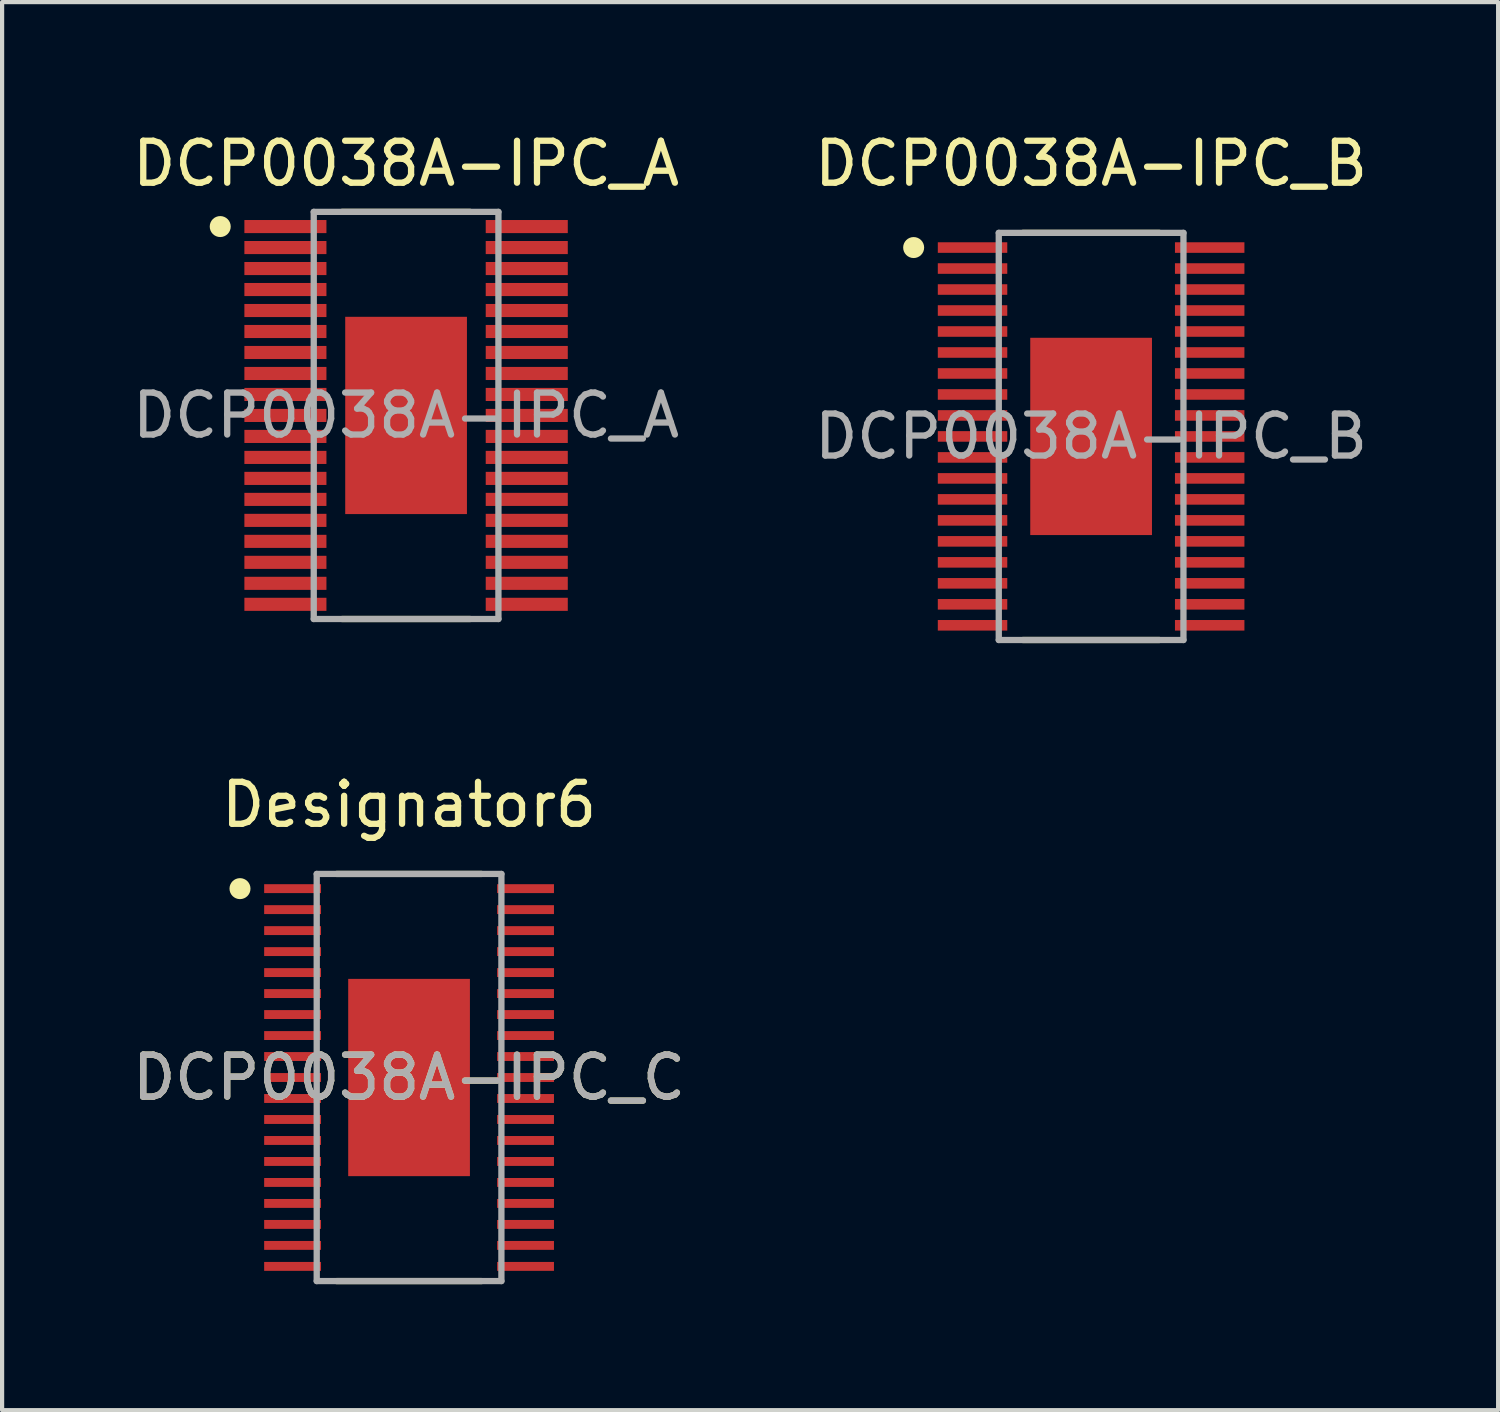
<source format=kicad_pcb>
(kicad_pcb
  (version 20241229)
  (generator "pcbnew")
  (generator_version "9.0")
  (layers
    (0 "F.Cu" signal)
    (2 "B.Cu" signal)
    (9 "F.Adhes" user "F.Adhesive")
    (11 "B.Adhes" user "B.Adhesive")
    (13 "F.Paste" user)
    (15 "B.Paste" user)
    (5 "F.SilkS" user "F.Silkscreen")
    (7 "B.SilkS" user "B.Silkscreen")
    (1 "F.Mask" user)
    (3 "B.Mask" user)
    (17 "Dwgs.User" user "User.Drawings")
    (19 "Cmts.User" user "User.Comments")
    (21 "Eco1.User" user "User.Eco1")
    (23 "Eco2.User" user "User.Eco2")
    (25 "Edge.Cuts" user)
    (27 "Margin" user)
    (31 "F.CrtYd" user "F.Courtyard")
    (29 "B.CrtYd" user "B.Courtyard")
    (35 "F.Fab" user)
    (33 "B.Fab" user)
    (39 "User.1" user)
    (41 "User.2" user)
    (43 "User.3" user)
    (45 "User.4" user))
  (footprint "DCP0038A-IPC_C"
    (layer "F.Cu")
    (at 6.696 22.622)
    (property "Reference" "DCP0038A-IPC_C" (at 0 0 0) (unlocked yes) (layer "F.SilkS") (effects (font (size 1 1) (thickness 0.15))))
    (attr smd)
    (fp_line (start -1.723 -4.85) (end 1.723 -4.85) (stroke (width 0.15) (type solid)) (layer "F.SilkS"))
    (fp_line (start -1.723 4.85) (end 1.723 4.85) (stroke (width 0.15) (type solid)) (layer "F.SilkS"))
    (fp_circle (center -4.028 -4.5) (end -3.903 -4.5) (stroke (width 0.25) (type solid)) (fill no) (layer "F.SilkS"))
    (fp_poly (pts (xy -0.969 -0.24) (xy 0.969 -0.24) (xy 0.969 -1.869) (xy -0.969 -1.869)) (stroke (width 0) (type solid)) (fill yes) (layer "F.Paste"))
    (fp_poly (pts (xy -0.969 1.869) (xy 0.969 1.869) (xy 0.969 0.24) (xy -0.969 0.24)) (stroke (width 0) (type solid)) (fill yes) (layer "F.Paste"))
    (fp_line (start -2.2 -4.85) (end 2.2 -4.85) (stroke (width 0.15) (type solid)) (layer "F.Fab"))
    (fp_line (start -2.2 4.85) (end -2.2 -4.85) (stroke (width 0.15) (type solid)) (layer "F.Fab"))
    (fp_line (start -2.2 4.85) (end 2.2 4.85) (stroke (width 0.15) (type solid)) (layer "F.Fab"))
    (fp_line (start 2.2 4.85) (end 2.2 -4.85) (stroke (width 0.15) (type solid)) (layer "F.Fab"))
    (fp_text user "Designator6" (at 0 -6.5 0) (unlocked yes) (layer "F.SilkS") (effects (font (size 1 1) (thickness 0.15))))
    (fp_text user "${REFERENCE}" (at 0 0 0) (unlocked yes) (layer "F.Fab") (effects (font (size 1 1) (thickness 0.15))))
    (pad "1" smd rect (at -2.775 -4.5) (size 1.355 0.212) (layers "F.Cu" "F.Mask" "F.Paste"))
    (pad "2" smd rect (at -2.775 -4) (size 1.355 0.212) (layers "F.Cu" "F.Mask" "F.Paste"))
    (pad "3" smd rect (at -2.775 -3.5) (size 1.355 0.212) (layers "F.Cu" "F.Mask" "F.Paste"))
    (pad "4" smd rect (at -2.775 -3) (size 1.355 0.212) (layers "F.Cu" "F.Mask" "F.Paste"))
    (pad "5" smd rect (at -2.775 -2.5) (size 1.355 0.212) (layers "F.Cu" "F.Mask" "F.Paste"))
    (pad "6" smd rect (at -2.775 -2) (size 1.355 0.212) (layers "F.Cu" "F.Mask" "F.Paste"))
    (pad "7" smd rect (at -2.775 -1.5) (size 1.355 0.212) (layers "F.Cu" "F.Mask" "F.Paste"))
    (pad "8" smd rect (at -2.775 -1) (size 1.355 0.212) (layers "F.Cu" "F.Mask" "F.Paste"))
    (pad "9" smd rect (at -2.775 -0.5) (size 1.355 0.212) (layers "F.Cu" "F.Mask" "F.Paste"))
    (pad "10" smd rect (at -2.775 0) (size 1.355 0.212) (layers "F.Cu" "F.Mask" "F.Paste"))
    (pad "11" smd rect (at -2.775 0.5) (size 1.355 0.212) (layers "F.Cu" "F.Mask" "F.Paste"))
    (pad "12" smd rect (at -2.775 1) (size 1.355 0.212) (layers "F.Cu" "F.Mask" "F.Paste"))
    (pad "13" smd rect (at -2.775 1.5) (size 1.355 0.212) (layers "F.Cu" "F.Mask" "F.Paste"))
    (pad "14" smd rect (at -2.775 2) (size 1.355 0.212) (layers "F.Cu" "F.Mask" "F.Paste"))
    (pad "15" smd rect (at -2.775 2.5) (size 1.355 0.212) (layers "F.Cu" "F.Mask" "F.Paste"))
    (pad "16" smd rect (at -2.775 3) (size 1.355 0.212) (layers "F.Cu" "F.Mask" "F.Paste"))
    (pad "17" smd rect (at -2.775 3.5) (size 1.355 0.212) (layers "F.Cu" "F.Mask" "F.Paste"))
    (pad "18" smd rect (at -2.775 4) (size 1.355 0.212) (layers "F.Cu" "F.Mask" "F.Paste"))
    (pad "19" smd rect (at -2.775 4.5) (size 1.355 0.212) (layers "F.Cu" "F.Mask" "F.Paste"))
    (pad "20" smd rect (at 2.775 4.5) (size 1.355 0.212) (layers "F.Cu" "F.Mask" "F.Paste"))
    (pad "21" smd rect (at 2.775 4) (size 1.355 0.212) (layers "F.Cu" "F.Mask" "F.Paste"))
    (pad "22" smd rect (at 2.775 3.5) (size 1.355 0.212) (layers "F.Cu" "F.Mask" "F.Paste"))
    (pad "23" smd rect (at 2.775 3) (size 1.355 0.212) (layers "F.Cu" "F.Mask" "F.Paste"))
    (pad "24" smd rect (at 2.775 2.5) (size 1.355 0.212) (layers "F.Cu" "F.Mask" "F.Paste"))
    (pad "25" smd rect (at 2.775 2) (size 1.355 0.212) (layers "F.Cu" "F.Mask" "F.Paste"))
    (pad "26" smd rect (at 2.775 1.5) (size 1.355 0.212) (layers "F.Cu" "F.Mask" "F.Paste"))
    (pad "27" smd rect (at 2.775 1) (size 1.355 0.212) (layers "F.Cu" "F.Mask" "F.Paste"))
    (pad "28" smd rect (at 2.775 0.5) (size 1.355 0.212) (layers "F.Cu" "F.Mask" "F.Paste"))
    (pad "29" smd rect (at 2.775 0) (size 1.355 0.212) (layers "F.Cu" "F.Mask" "F.Paste"))
    (pad "30" smd rect (at 2.775 -0.5) (size 1.355 0.212) (layers "F.Cu" "F.Mask" "F.Paste"))
    (pad "31" smd rect (at 2.775 -1) (size 1.355 0.212) (layers "F.Cu" "F.Mask" "F.Paste"))
    (pad "32" smd rect (at 2.775 -1.5) (size 1.355 0.212) (layers "F.Cu" "F.Mask" "F.Paste"))
    (pad "33" smd rect (at 2.775 -2) (size 1.355 0.212) (layers "F.Cu" "F.Mask" "F.Paste"))
    (pad "34" smd rect (at 2.775 -2.5) (size 1.355 0.212) (layers "F.Cu" "F.Mask" "F.Paste"))
    (pad "35" smd rect (at 2.775 -3) (size 1.355 0.212) (layers "F.Cu" "F.Mask" "F.Paste"))
    (pad "36" smd rect (at 2.775 -3.5) (size 1.355 0.212) (layers "F.Cu" "F.Mask" "F.Paste"))
    (pad "37" smd rect (at 2.775 -4) (size 1.355 0.212) (layers "F.Cu" "F.Mask" "F.Paste"))
    (pad "38" smd rect (at 2.775 -4.5) (size 1.355 0.212) (layers "F.Cu" "F.Mask" "F.Paste"))
    (pad "39" smd rect (at 0 0) (size 2.9 4.7) (layers "F.Cu" "F.Mask")))
  (footprint "DCP0038A-IPC_B"
    (layer "F.Cu")
    (at 22.946 7.348)
    (property "Reference" "DCP0038A-IPC_B" (at 0 -6.5 0) (unlocked yes) (layer "F.SilkS") (effects (font (size 1 1) (thickness 0.15))))
    (attr smd)
    (fp_line (start -1.623 -4.85) (end 1.623 -4.85) (stroke (width 0.15) (type solid)) (layer "F.SilkS"))
    (fp_line (start -1.623 4.85) (end 1.623 4.85) (stroke (width 0.15) (type solid)) (layer "F.SilkS"))
    (fp_circle (center -4.228 -4.5) (end -4.103 -4.5) (stroke (width 0.25) (type solid)) (fill no) (layer "F.SilkS"))
    (fp_poly (pts (xy -0.969 -0.24) (xy 0.969 -0.24) (xy 0.969 -1.869) (xy -0.969 -1.869)) (stroke (width 0) (type solid)) (fill yes) (layer "F.Paste"))
    (fp_poly (pts (xy -0.969 1.869) (xy 0.969 1.869) (xy 0.969 0.24) (xy -0.969 0.24)) (stroke (width 0) (type solid)) (fill yes) (layer "F.Paste"))
    (fp_line (start -2.2 -4.85) (end 2.2 -4.85) (stroke (width 0.15) (type solid)) (layer "F.Fab"))
    (fp_line (start -2.2 4.85) (end -2.2 -4.85) (stroke (width 0.15) (type solid)) (layer "F.Fab"))
    (fp_line (start -2.2 4.85) (end 2.2 4.85) (stroke (width 0.15) (type solid)) (layer "F.Fab"))
    (fp_line (start 2.2 4.85) (end 2.2 -4.85) (stroke (width 0.15) (type solid)) (layer "F.Fab"))
    (fp_text user "${REFERENCE}" (at 0 0 0) (unlocked yes) (layer "F.Fab") (effects (font (size 1 1) (thickness 0.15))))
    (pad "1" smd rect (at -2.825 -4.5) (size 1.655 0.252) (layers "F.Cu" "F.Mask" "F.Paste"))
    (pad "2" smd rect (at -2.825 -4) (size 1.655 0.252) (layers "F.Cu" "F.Mask" "F.Paste"))
    (pad "3" smd rect (at -2.825 -3.5) (size 1.655 0.252) (layers "F.Cu" "F.Mask" "F.Paste"))
    (pad "4" smd rect (at -2.825 -3) (size 1.655 0.252) (layers "F.Cu" "F.Mask" "F.Paste"))
    (pad "5" smd rect (at -2.825 -2.5) (size 1.655 0.252) (layers "F.Cu" "F.Mask" "F.Paste"))
    (pad "6" smd rect (at -2.825 -2) (size 1.655 0.252) (layers "F.Cu" "F.Mask" "F.Paste"))
    (pad "7" smd rect (at -2.825 -1.5) (size 1.655 0.252) (layers "F.Cu" "F.Mask" "F.Paste"))
    (pad "8" smd rect (at -2.825 -1) (size 1.655 0.252) (layers "F.Cu" "F.Mask" "F.Paste"))
    (pad "9" smd rect (at -2.825 -0.5) (size 1.655 0.252) (layers "F.Cu" "F.Mask" "F.Paste"))
    (pad "10" smd rect (at -2.825 0) (size 1.655 0.252) (layers "F.Cu" "F.Mask" "F.Paste"))
    (pad "11" smd rect (at -2.825 0.5) (size 1.655 0.252) (layers "F.Cu" "F.Mask" "F.Paste"))
    (pad "12" smd rect (at -2.825 1) (size 1.655 0.252) (layers "F.Cu" "F.Mask" "F.Paste"))
    (pad "13" smd rect (at -2.825 1.5) (size 1.655 0.252) (layers "F.Cu" "F.Mask" "F.Paste"))
    (pad "14" smd rect (at -2.825 2) (size 1.655 0.252) (layers "F.Cu" "F.Mask" "F.Paste"))
    (pad "15" smd rect (at -2.825 2.5) (size 1.655 0.252) (layers "F.Cu" "F.Mask" "F.Paste"))
    (pad "16" smd rect (at -2.825 3) (size 1.655 0.252) (layers "F.Cu" "F.Mask" "F.Paste"))
    (pad "17" smd rect (at -2.825 3.5) (size 1.655 0.252) (layers "F.Cu" "F.Mask" "F.Paste"))
    (pad "18" smd rect (at -2.825 4) (size 1.655 0.252) (layers "F.Cu" "F.Mask" "F.Paste"))
    (pad "19" smd rect (at -2.825 4.5) (size 1.655 0.252) (layers "F.Cu" "F.Mask" "F.Paste"))
    (pad "20" smd rect (at 2.825 4.5) (size 1.655 0.252) (layers "F.Cu" "F.Mask" "F.Paste"))
    (pad "21" smd rect (at 2.825 4) (size 1.655 0.252) (layers "F.Cu" "F.Mask" "F.Paste"))
    (pad "22" smd rect (at 2.825 3.5) (size 1.655 0.252) (layers "F.Cu" "F.Mask" "F.Paste"))
    (pad "23" smd rect (at 2.825 3) (size 1.655 0.252) (layers "F.Cu" "F.Mask" "F.Paste"))
    (pad "24" smd rect (at 2.825 2.5) (size 1.655 0.252) (layers "F.Cu" "F.Mask" "F.Paste"))
    (pad "25" smd rect (at 2.825 2) (size 1.655 0.252) (layers "F.Cu" "F.Mask" "F.Paste"))
    (pad "26" smd rect (at 2.825 1.5) (size 1.655 0.252) (layers "F.Cu" "F.Mask" "F.Paste"))
    (pad "27" smd rect (at 2.825 1) (size 1.655 0.252) (layers "F.Cu" "F.Mask" "F.Paste"))
    (pad "28" smd rect (at 2.825 0.5) (size 1.655 0.252) (layers "F.Cu" "F.Mask" "F.Paste"))
    (pad "29" smd rect (at 2.825 0) (size 1.655 0.252) (layers "F.Cu" "F.Mask" "F.Paste"))
    (pad "30" smd rect (at 2.825 -0.5) (size 1.655 0.252) (layers "F.Cu" "F.Mask" "F.Paste"))
    (pad "31" smd rect (at 2.825 -1) (size 1.655 0.252) (layers "F.Cu" "F.Mask" "F.Paste"))
    (pad "32" smd rect (at 2.825 -1.5) (size 1.655 0.252) (layers "F.Cu" "F.Mask" "F.Paste"))
    (pad "33" smd rect (at 2.825 -2) (size 1.655 0.252) (layers "F.Cu" "F.Mask" "F.Paste"))
    (pad "34" smd rect (at 2.825 -2.5) (size 1.655 0.252) (layers "F.Cu" "F.Mask" "F.Paste"))
    (pad "35" smd rect (at 2.825 -3) (size 1.655 0.252) (layers "F.Cu" "F.Mask" "F.Paste"))
    (pad "36" smd rect (at 2.825 -3.5) (size 1.655 0.252) (layers "F.Cu" "F.Mask" "F.Paste"))
    (pad "37" smd rect (at 2.825 -4) (size 1.655 0.252) (layers "F.Cu" "F.Mask" "F.Paste"))
    (pad "38" smd rect (at 2.825 -4.5) (size 1.655 0.252) (layers "F.Cu" "F.Mask" "F.Paste"))
    (pad "39" smd rect (at 0 0) (size 2.9 4.7) (layers "F.Cu" "F.Mask")))
  (footprint "DCP0038A-IPC_A"
    (layer "F.Cu")
    (at 6.625 6.848)
    (property "Reference" "DCP0038A-IPC_A" (at 0 -6 0) (unlocked yes) (layer "F.SilkS") (effects (font (size 1 1) (thickness 0.15))))
    (attr smd)
    (fp_line (start -1.523 -4.85) (end 1.523 -4.85) (stroke (width 0.15) (type solid)) (layer "F.SilkS"))
    (fp_line (start -1.523 4.85) (end 1.523 4.85) (stroke (width 0.15) (type solid)) (layer "F.SilkS"))
    (fp_circle (center -4.428 -4.5) (end -4.303 -4.5) (stroke (width 0.25) (type solid)) (fill no) (layer "F.SilkS"))
    (fp_poly (pts (xy -0.969 -0.24) (xy 0.969 -0.24) (xy 0.969 -1.869) (xy -0.969 -1.869)) (stroke (width 0) (type solid)) (fill yes) (layer "F.Paste"))
    (fp_poly (pts (xy -0.969 1.869) (xy 0.969 1.869) (xy 0.969 0.24) (xy -0.969 0.24)) (stroke (width 0) (type solid)) (fill yes) (layer "F.Paste"))
    (fp_line (start -2.2 -4.85) (end 2.2 -4.85) (stroke (width 0.15) (type solid)) (layer "F.Fab"))
    (fp_line (start -2.2 4.85) (end -2.2 -4.85) (stroke (width 0.15) (type solid)) (layer "F.Fab"))
    (fp_line (start -2.2 4.85) (end 2.2 4.85) (stroke (width 0.15) (type solid)) (layer "F.Fab"))
    (fp_line (start 2.2 4.85) (end 2.2 -4.85) (stroke (width 0.15) (type solid)) (layer "F.Fab"))
    (fp_text user "${REFERENCE}" (at 0 0 0) (unlocked yes) (layer "F.Fab") (effects (font (size 1 1) (thickness 0.15))))
    (pad "1" smd rect (at -2.875 -4.5) (size 1.955 0.312) (layers "F.Cu" "F.Mask" "F.Paste"))
    (pad "2" smd rect (at -2.875 -4) (size 1.955 0.312) (layers "F.Cu" "F.Mask" "F.Paste"))
    (pad "3" smd rect (at -2.875 -3.5) (size 1.955 0.312) (layers "F.Cu" "F.Mask" "F.Paste"))
    (pad "4" smd rect (at -2.875 -3) (size 1.955 0.312) (layers "F.Cu" "F.Mask" "F.Paste"))
    (pad "5" smd rect (at -2.875 -2.5) (size 1.955 0.312) (layers "F.Cu" "F.Mask" "F.Paste"))
    (pad "6" smd rect (at -2.875 -2) (size 1.955 0.312) (layers "F.Cu" "F.Mask" "F.Paste"))
    (pad "7" smd rect (at -2.875 -1.5) (size 1.955 0.312) (layers "F.Cu" "F.Mask" "F.Paste"))
    (pad "8" smd rect (at -2.875 -1) (size 1.955 0.312) (layers "F.Cu" "F.Mask" "F.Paste"))
    (pad "9" smd rect (at -2.875 -0.5) (size 1.955 0.312) (layers "F.Cu" "F.Mask" "F.Paste"))
    (pad "10" smd rect (at -2.875 0) (size 1.955 0.312) (layers "F.Cu" "F.Mask" "F.Paste"))
    (pad "11" smd rect (at -2.875 0.5) (size 1.955 0.312) (layers "F.Cu" "F.Mask" "F.Paste"))
    (pad "12" smd rect (at -2.875 1) (size 1.955 0.312) (layers "F.Cu" "F.Mask" "F.Paste"))
    (pad "13" smd rect (at -2.875 1.5) (size 1.955 0.312) (layers "F.Cu" "F.Mask" "F.Paste"))
    (pad "14" smd rect (at -2.875 2) (size 1.955 0.312) (layers "F.Cu" "F.Mask" "F.Paste"))
    (pad "15" smd rect (at -2.875 2.5) (size 1.955 0.312) (layers "F.Cu" "F.Mask" "F.Paste"))
    (pad "16" smd rect (at -2.875 3) (size 1.955 0.312) (layers "F.Cu" "F.Mask" "F.Paste"))
    (pad "17" smd rect (at -2.875 3.5) (size 1.955 0.312) (layers "F.Cu" "F.Mask" "F.Paste"))
    (pad "18" smd rect (at -2.875 4) (size 1.955 0.312) (layers "F.Cu" "F.Mask" "F.Paste"))
    (pad "19" smd rect (at -2.875 4.5) (size 1.955 0.312) (layers "F.Cu" "F.Mask" "F.Paste"))
    (pad "20" smd rect (at 2.875 4.5) (size 1.955 0.312) (layers "F.Cu" "F.Mask" "F.Paste"))
    (pad "21" smd rect (at 2.875 4) (size 1.955 0.312) (layers "F.Cu" "F.Mask" "F.Paste"))
    (pad "22" smd rect (at 2.875 3.5) (size 1.955 0.312) (layers "F.Cu" "F.Mask" "F.Paste"))
    (pad "23" smd rect (at 2.875 3) (size 1.955 0.312) (layers "F.Cu" "F.Mask" "F.Paste"))
    (pad "24" smd rect (at 2.875 2.5) (size 1.955 0.312) (layers "F.Cu" "F.Mask" "F.Paste"))
    (pad "25" smd rect (at 2.875 2) (size 1.955 0.312) (layers "F.Cu" "F.Mask" "F.Paste"))
    (pad "26" smd rect (at 2.875 1.5) (size 1.955 0.312) (layers "F.Cu" "F.Mask" "F.Paste"))
    (pad "27" smd rect (at 2.875 1) (size 1.955 0.312) (layers "F.Cu" "F.Mask" "F.Paste"))
    (pad "28" smd rect (at 2.875 0.5) (size 1.955 0.312) (layers "F.Cu" "F.Mask" "F.Paste"))
    (pad "29" smd rect (at 2.875 0) (size 1.955 0.312) (layers "F.Cu" "F.Mask" "F.Paste"))
    (pad "30" smd rect (at 2.875 -0.5) (size 1.955 0.312) (layers "F.Cu" "F.Mask" "F.Paste"))
    (pad "31" smd rect (at 2.875 -1) (size 1.955 0.312) (layers "F.Cu" "F.Mask" "F.Paste"))
    (pad "32" smd rect (at 2.875 -1.5) (size 1.955 0.312) (layers "F.Cu" "F.Mask" "F.Paste"))
    (pad "33" smd rect (at 2.875 -2) (size 1.955 0.312) (layers "F.Cu" "F.Mask" "F.Paste"))
    (pad "34" smd rect (at 2.875 -2.5) (size 1.955 0.312) (layers "F.Cu" "F.Mask" "F.Paste"))
    (pad "35" smd rect (at 2.875 -3) (size 1.955 0.312) (layers "F.Cu" "F.Mask" "F.Paste"))
    (pad "36" smd rect (at 2.875 -3.5) (size 1.955 0.312) (layers "F.Cu" "F.Mask" "F.Paste"))
    (pad "37" smd rect (at 2.875 -4) (size 1.955 0.312) (layers "F.Cu" "F.Mask" "F.Paste"))
    (pad "38" smd rect (at 2.875 -4.5) (size 1.955 0.312) (layers "F.Cu" "F.Mask" "F.Paste"))
    (pad "39" smd rect (at 0 0) (size 2.9 4.7) (layers "F.Cu" "F.Mask")))
  (gr_rect
    (start -3 -3)
    (end 32.643 30.547)
    (stroke (width 0.1) (type default))
    (fill no)
    (layer "Edge.Cuts")))
</source>
